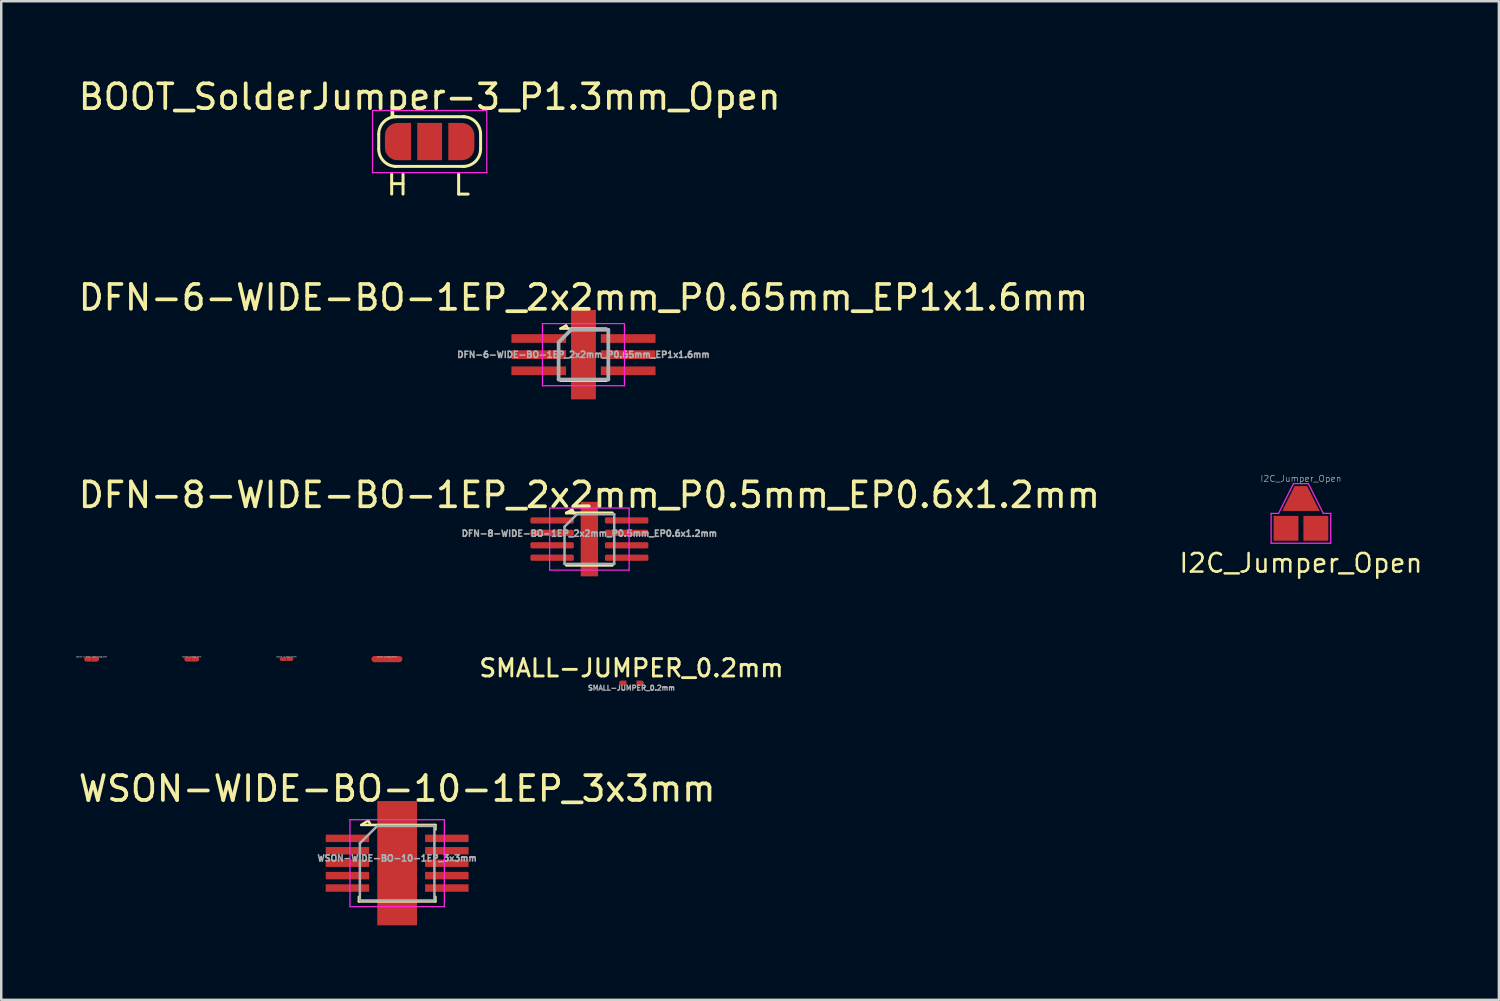
<source format=kicad_pcb>
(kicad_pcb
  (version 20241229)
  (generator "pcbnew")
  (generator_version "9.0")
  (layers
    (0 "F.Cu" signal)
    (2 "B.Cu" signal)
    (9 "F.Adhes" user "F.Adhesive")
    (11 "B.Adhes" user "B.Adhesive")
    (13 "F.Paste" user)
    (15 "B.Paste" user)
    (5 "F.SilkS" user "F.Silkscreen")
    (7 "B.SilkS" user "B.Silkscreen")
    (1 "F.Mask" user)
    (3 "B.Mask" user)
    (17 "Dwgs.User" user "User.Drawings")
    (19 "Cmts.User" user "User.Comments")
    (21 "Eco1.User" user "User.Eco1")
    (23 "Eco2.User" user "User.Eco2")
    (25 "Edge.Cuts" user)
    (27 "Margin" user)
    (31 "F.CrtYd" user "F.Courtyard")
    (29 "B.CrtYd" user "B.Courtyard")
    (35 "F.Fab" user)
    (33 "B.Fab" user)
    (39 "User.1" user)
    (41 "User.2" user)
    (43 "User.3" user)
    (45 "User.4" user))
  (footprint "WSON-WIDE-BO-10-1EP_3x3mm"
    (layer "F.Cu")
    (at 12.935 31.694)
    (property "Reference" "WSON-WIDE-BO-10-1EP_3x3mm" (at 0 -3 0) (layer "F.SilkS") (effects (font (size 1 1) (thickness 0.15))))
    (attr smd)
    (fp_line (start -1.54 1.54) (end -1.54 1.35) (stroke (width 0.1) (type default)) (layer "F.SilkS"))
    (fp_line (start -1.54 1.54) (end 1.54 1.54) (stroke (width 0.1) (type solid)) (layer "F.SilkS"))
    (fp_line (start -1.44 -1.54) (end -1.165 -1.715) (stroke (width 0.1) (type solid)) (layer "F.SilkS"))
    (fp_line (start -1.44 -1.54) (end 1.54 -1.54) (stroke (width 0.1) (type solid)) (layer "F.SilkS"))
    (fp_line (start -1.165 -1.715) (end -1.065 -1.54) (stroke (width 0.1) (type solid)) (layer "F.SilkS"))
    (fp_line (start 1.54 -1.54) (end 1.54 -1.35) (stroke (width 0.1) (type default)) (layer "F.SilkS"))
    (fp_line (start 1.54 1.54) (end 1.54 1.35) (stroke (width 0.1) (type default)) (layer "F.SilkS"))
    (fp_line (start -1.9 -1.75) (end -1.9 1.75) (stroke (width 0.05) (type solid)) (layer "F.CrtYd"))
    (fp_line (start -1.9 -1.75) (end 1.9 -1.75) (stroke (width 0.05) (type solid)) (layer "F.CrtYd"))
    (fp_line (start -1.9 1.75) (end 1.9 1.75) (stroke (width 0.05) (type solid)) (layer "F.CrtYd"))
    (fp_line (start 1.9 -1.75) (end 1.9 1.75) (stroke (width 0.05) (type solid)) (layer "F.CrtYd"))
    (fp_line (start -1.5 1.5) (end -1.5 -0.8) (stroke (width 0.1) (type solid)) (layer "F.Fab"))
    (fp_line (start -0.8 -1.5) (end -1.5 -0.8) (stroke (width 0.1) (type solid)) (layer "F.Fab"))
    (fp_line (start -0.8 -1.5) (end 1.5 -1.5) (stroke (width 0.1) (type solid)) (layer "F.Fab"))
    (fp_line (start 1.5 -1.5) (end 1.5 1.5) (stroke (width 0.1) (type solid)) (layer "F.Fab"))
    (fp_line (start 1.5 1.5) (end -1.5 1.5) (stroke (width 0.1) (type solid)) (layer "F.Fab"))
    (fp_text user "${REFERENCE}" (at 0 -0.2 0) (layer "F.Fab") (effects (font (size 0.25 0.25) (thickness 0.062))))
    (pad "" smd rect (at -0.405 -0.5) (size 0.59 0.8) (layers "F.Paste"))
    (pad "" smd rect (at -0.405 0.5) (size 0.59 0.8) (layers "F.Paste"))
    (pad "" smd rect (at 0.405 -0.5) (size 0.59 0.8) (layers "F.Paste"))
    (pad "" smd rect (at 0.405 0.5) (size 0.59 0.8) (layers "F.Paste"))
    (pad "1" smd rect (at -2 -1) (size 1.75 0.3) (layers "F.Cu" "F.Mask" "F.Paste"))
    (pad "2" smd rect (at -2 -0.5) (size 1.75 0.3) (layers "F.Cu" "F.Mask" "F.Paste"))
    (pad "3" smd rect (at -2 0) (size 1.75 0.3) (layers "F.Cu" "F.Mask" "F.Paste"))
    (pad "4" smd rect (at -2 0.5) (size 1.75 0.3) (layers "F.Cu" "F.Mask" "F.Paste"))
    (pad "5" smd rect (at -2 1) (size 1.75 0.3) (layers "F.Cu" "F.Mask" "F.Paste"))
    (pad "6" smd rect (at 2 1) (size 1.75 0.3) (layers "F.Cu" "F.Mask" "F.Paste"))
    (pad "7" smd rect (at 2 0.5) (size 1.75 0.3) (layers "F.Cu" "F.Mask" "F.Paste"))
    (pad "8" smd rect (at 2 0) (size 1.75 0.3) (layers "F.Cu" "F.Mask" "F.Paste"))
    (pad "9" smd rect (at 2 -0.5) (size 1.75 0.3) (layers "F.Cu" "F.Mask" "F.Paste"))
    (pad "10" smd rect (at 2 -1) (size 1.75 0.3) (layers "F.Cu" "F.Mask" "F.Paste"))
    (pad "11" smd rect (at 0 0) (size 1.6 5) (layers "F.Cu" "F.Mask")))
  (footprint "DFN-6-WIDE-BO-1EP_2x2mm_P0.65mm_EP1x1.6mm"
    (layer "F.Cu")
    (at 20.435 11.225)
    (property "Reference" "DFN-6-WIDE-BO-1EP_2x2mm_P0.65mm_EP1x1.6mm" (at 0 -2.3 0) (layer "F.SilkS") (effects (font (size 1 1) (thickness 0.15))))
    (attr smd)
    (fp_line (start -0.925 -1.05) (end -0.7 -1.175) (stroke (width 0.1) (type solid)) (layer "F.SilkS"))
    (fp_line (start -0.925 -1.05) (end 0.925 -1.05) (stroke (width 0.1) (type solid)) (layer "F.SilkS"))
    (fp_line (start -0.925 1.05) (end 0.925 1.05) (stroke (width 0.1) (type solid)) (layer "F.SilkS"))
    (fp_line (start -0.7 -1.175) (end -0.625 -1.05) (stroke (width 0.1) (type solid)) (layer "F.SilkS"))
    (fp_line (start -1.65 -1.25) (end -1.65 1.25) (stroke (width 0.05) (type solid)) (layer "F.CrtYd"))
    (fp_line (start -1.65 -1.25) (end 1.65 -1.25) (stroke (width 0.05) (type solid)) (layer "F.CrtYd"))
    (fp_line (start -1.65 1.25) (end 1.65 1.25) (stroke (width 0.05) (type solid)) (layer "F.CrtYd"))
    (fp_line (start 1.65 -1.25) (end 1.65 1.25) (stroke (width 0.05) (type solid)) (layer "F.CrtYd"))
    (fp_line (start -1 -0.5) (end -0.5 -1) (stroke (width 0.15) (type solid)) (layer "F.Fab"))
    (fp_line (start -1 1) (end -1 -0.5) (stroke (width 0.15) (type solid)) (layer "F.Fab"))
    (fp_line (start -0.5 -1) (end 1 -1) (stroke (width 0.15) (type solid)) (layer "F.Fab"))
    (fp_line (start 1 -1) (end 1 1) (stroke (width 0.15) (type solid)) (layer "F.Fab"))
    (fp_line (start 1 1) (end -1 1) (stroke (width 0.15) (type solid)) (layer "F.Fab"))
    (fp_text user "${REFERENCE}" (at 0 0 0) (layer "F.Fab") (effects (font (size 0.25 0.25) (thickness 0.062))))
    (pad "" smd rect (at 0 0) (size 0.82 1) (layers "F.Paste"))
    (pad "1" smd rect (at -1.8 -0.65) (size 2.2 0.35) (layers "F.Cu" "F.Mask" "F.Paste"))
    (pad "2" smd rect (at -1.8 0) (size 2.2 0.35) (layers "F.Cu" "F.Mask" "F.Paste"))
    (pad "3" smd rect (at -1.8 0.65) (size 2.2 0.35) (layers "F.Cu" "F.Mask" "F.Paste"))
    (pad "4" smd rect (at 1.8 0.65) (size 2.2 0.35) (layers "F.Cu" "F.Mask" "F.Paste"))
    (pad "5" smd rect (at 1.8 0) (size 2.2 0.35) (layers "F.Cu" "F.Mask" "F.Paste"))
    (pad "6" smd rect (at 1.8 -0.65) (size 2.2 0.35) (layers "F.Cu" "F.Mask" "F.Paste"))
    (pad "7" smd rect (at 0 0) (size 1 3.6) (layers "F.Cu" "F.Mask")))
  (footprint "SMALL-JUMPER_0.2mm"
    (layer "F.Cu")
    (at 22.367 24.441)
    (property "Reference" "SMALL-JUMPER_0.2mm" (at 0 -0.6 0) (unlocked yes) (layer "F.SilkS") (effects (font (size 0.7 0.7) (thickness 0.115) (bold yes))))
    (attr smd exclude_from_pos_files exclude_from_bom allow_missing_courtyard)
    (fp_rect (start -0.4 -0.1) (end 0.4 0.1) (stroke (width 0) (type solid)) (fill yes) (layer "F.Mask"))
    (fp_text user "${REFERENCE}" (at 0 0.2 0) (unlocked yes) (layer "F.Fab") (effects (font (size 0.2 0.2) (thickness 0.05))))
    (pad "1" smd custom (at -0.4 0) (size 0.2 0.2) (layers "F.Cu") (options (anchor circle)) (primitives (gr_poly (pts (xy 0 -0.1) (xy 0.2 -0.1) (xy 0.2 0.1) (xy 0 0.1)) (width 0) (fill yes))))
    (pad "2" smd custom (at 0.4 0 180) (size 0.2 0.2) (layers "F.Cu") (options (anchor circle)) (primitives (gr_poly (pts (xy 0 -0.1) (xy 0.2 -0.1) (xy 0.2 0.1) (xy 0 0.1)) (width 0) (fill yes)))))
  (footprint "NetTie-2-SMALL_SMD_Pad0.2mm"
    (layer "F.Cu")
    (at 0.636 23.479)
    (property "Reference" "NetTie-2-SMALL_SMD_Pad0.2mm" (at 0 -0.09 0) (layer "F.Fab") (effects (font (size 0.05 0.05) (thickness 0.01))))
    (attr exclude_from_pos_files exclude_from_bom allow_missing_courtyard)
    (pad "1" smd custom (at -0.2 0) (size 0.2 0.2) (layers "F.Cu") (options (anchor circle)) (primitives (gr_poly (pts (xy 0 -0.1) (xy 0.2 -0.1) (xy 0.2 0.1) (xy 0 0.1)) (width 0) (fill yes))))
    (pad "2" smd custom (at 0.2 0 180) (size 0.2 0.2) (layers "F.Cu") (options (anchor circle)) (primitives (gr_poly (pts (xy 0 -0.1) (xy 0.2 -0.1) (xy 0.2 0.1) (xy 0 0.1)) (width 0) (fill yes)))))
  (footprint "NetTie-2_Pad0.25mm"
    (layer "F.Cu")
    (at 12.523 23.479)
    (property "Reference" "NetTie-2_Pad0.25mm" (at 0 -0.09 0) (layer "F.Fab") (effects (font (size 0.05 0.05) (thickness 0.01))))
    (attr exclude_from_pos_files exclude_from_bom allow_missing_courtyard)
    (fp_poly (pts (xy -0.5 -0.125) (xy 0.5 -0.125) (xy 0.5 0.125) (xy -0.5 0.125)) (stroke (width 0) (type solid)) (fill yes) (layer "F.Cu"))
    (pad "1" smd circle (at -0.5 0) (size 0.25 0.25) (layers "F.Cu"))
    (pad "2" smd circle (at 0.5 0) (size 0.25 0.25) (layers "F.Cu")))
  (footprint "NetTie-2_Pad0.2mm"
    (layer "F.Cu")
    (at 4.667 23.479)
    (property "Reference" "NetTie-2_Pad0.2mm" (at 0 -0.09 0) (layer "F.Fab") (effects (font (size 0.05 0.05) (thickness 0.01))))
    (attr exclude_from_pos_files exclude_from_bom allow_missing_courtyard)
    (pad "1" smd custom (at -0.2 0) (size 0.2 0.2) (layers "F.Cu") (options (anchor circle)) (primitives (gr_poly (pts (xy 0 -0.1) (xy 0.2 -0.1) (xy 0.2 0.1) (xy 0 0.1)) (width 0) (fill yes))))
    (pad "2" smd custom (at 0.2 0 180) (size 0.2 0.2) (layers "F.Cu") (options (anchor circle)) (primitives (gr_poly (pts (xy 0 -0.1) (xy 0.2 -0.1) (xy 0.2 0.1) (xy 0 0.1)) (width 0) (fill yes)))))
  (footprint "BOOT_SolderJumper-3_P1.3mm_Open"
    (layer "F.Cu")
    (at 14.244 2.648)
    (property "Reference" "BOOT_SolderJumper-3_P1.3mm_Open" (at 0 -1.8 0) (layer "F.SilkS") (effects (font (size 1 1) (thickness 0.15))))
    (attr exclude_from_pos_files exclude_from_bom)
    (fp_line (start -2.05 0.3) (end -2.05 -0.3) (stroke (width 0.12) (type solid)) (layer "F.SilkS"))
    (fp_line (start -1.4 -1) (end 1.4 -1) (stroke (width 0.12) (type solid)) (layer "F.SilkS"))
    (fp_line (start 1.4 1) (end -1.4 1) (stroke (width 0.12) (type solid)) (layer "F.SilkS"))
    (fp_line (start 2.05 -0.3) (end 2.05 0.3) (stroke (width 0.12) (type solid)) (layer "F.SilkS"))
    (fp_arc (start -2.05 -0.3) (mid -1.844975 -0.794975) (end -1.35 -1) (stroke (width 0.12) (type solid)) (layer "F.SilkS"))
    (fp_arc (start -1.35 1) (mid -1.844975 0.794975) (end -2.05 0.3) (stroke (width 0.12) (type solid)) (layer "F.SilkS"))
    (fp_arc (start 1.35 -1) (mid 1.844975 -0.794975) (end 2.05 -0.3) (stroke (width 0.12) (type solid)) (layer "F.SilkS"))
    (fp_arc (start 2.05 0.3) (mid 1.844975 0.794975) (end 1.35 1) (stroke (width 0.12) (type solid)) (layer "F.SilkS"))
    (fp_line (start -2.3 -1.25) (end -2.3 1.25) (stroke (width 0.05) (type solid)) (layer "F.CrtYd"))
    (fp_line (start -2.3 -1.25) (end 2.3 -1.25) (stroke (width 0.05) (type solid)) (layer "F.CrtYd"))
    (fp_line (start 2.3 1.25) (end -2.3 1.25) (stroke (width 0.05) (type solid)) (layer "F.CrtYd"))
    (fp_line (start 2.3 1.25) (end 2.3 -1.25) (stroke (width 0.05) (type solid)) (layer "F.CrtYd"))
    (fp_text user "L" (at 1.3 1.75 0) (unlocked yes) (layer "F.SilkS") (effects (font (size 0.8 0.8) (thickness 0.12))))
    (fp_text user "H" (at -1.3 1.75 0) (unlocked yes) (layer "F.SilkS") (effects (font (size 0.8 0.8) (thickness 0.12))))
    (pad "1" smd custom (at -1.3 0) (size 1 0.5) (layers "F.Cu" "F.Mask") (options (anchor rect)) (primitives (gr_circle (center 0 0.25) (end 0.5 0.25) (width 0) (fill yes)) (gr_circle (center 0 -0.25) (end 0.5 -0.25) (width 0) (fill yes)) (gr_poly (pts (xy 0.55 0.75) (xy 0 0.75) (xy 0 -0.75) (xy 0.55 -0.75)) (width 0) (fill yes))))
    (pad "2" smd rect (at 0 0) (size 1 1.5) (layers "F.Cu" "F.Mask"))
    (pad "3" smd custom (at 1.3 0) (size 1 0.5) (layers "F.Cu" "F.Mask") (options (anchor rect)) (primitives (gr_circle (center 0 0.25) (end 0.5 0.25) (width 0) (fill yes)) (gr_circle (center 0 -0.25) (end 0.5 -0.25) (width 0) (fill yes)) (gr_poly (pts (xy 0 0.75) (xy -0.55 0.75) (xy -0.55 -0.75) (xy 0 -0.75)) (width 0) (fill yes)))))
  (footprint "NetTie-2_Pad0.15mm"
    (layer "F.Cu")
    (at 8.48 23.479)
    (property "Reference" "NetTie-2_Pad0.15mm" (at 0 -0.09 0) (layer "F.Fab") (effects (font (size 0.05 0.05) (thickness 0.01))))
    (attr exclude_from_pos_files exclude_from_bom allow_missing_courtyard)
    (pad "1" smd custom (at -0.2 0) (size 0.15 0.15) (layers "F.Cu") (options (anchor circle)) (primitives (gr_poly (pts (xy 0 -0.075) (xy 0.2 -0.075) (xy 0.2 0.075) (xy 0 0.075)) (width 0) (fill yes))))
    (pad "2" smd custom (at 0.2 0 180) (size 0.15 0.15) (layers "F.Cu") (options (anchor circle)) (primitives (gr_poly (pts (xy 0 -0.075) (xy 0.2 -0.075) (xy 0.2 0.075) (xy 0 0.075)) (width 0) (fill yes)))))
  (footprint "DFN-8-WIDE-BO-1EP_2x2mm_P0.5mm_EP0.6x1.2mm"
    (layer "F.Cu")
    (at 20.673 18.648)
    (property "Reference" "DFN-8-WIDE-BO-1EP_2x2mm_P0.5mm_EP0.6x1.2mm" (at 0 -1.775 0) (layer "F.SilkS") (effects (font (size 1 1) (thickness 0.15))))
    (attr smd)
    (fp_line (start -0.925 -1.05) (end -0.7 -1.175) (stroke (width 0.12) (type solid)) (layer "F.SilkS"))
    (fp_line (start -0.925 -1.05) (end 0.925 -1.05) (stroke (width 0.12) (type solid)) (layer "F.SilkS"))
    (fp_line (start -0.925 1.05) (end 0.925 1.05) (stroke (width 0.12) (type solid)) (layer "F.SilkS"))
    (fp_line (start -0.7 -1.175) (end -0.625 -1.05) (stroke (width 0.12) (type solid)) (layer "F.SilkS"))
    (fp_line (start -1.6 -1.25) (end -1.6 1.25) (stroke (width 0.05) (type solid)) (layer "F.CrtYd"))
    (fp_line (start -1.6 1.25) (end 1.6 1.25) (stroke (width 0.05) (type solid)) (layer "F.CrtYd"))
    (fp_line (start 1.6 -1.25) (end -1.6 -1.25) (stroke (width 0.05) (type solid)) (layer "F.CrtYd"))
    (fp_line (start 1.6 1.25) (end 1.6 -1.25) (stroke (width 0.05) (type solid)) (layer "F.CrtYd"))
    (fp_line (start -1 -0.5) (end -0.5 -1) (stroke (width 0.1) (type solid)) (layer "F.Fab"))
    (fp_line (start -1 1) (end -1 -0.5) (stroke (width 0.1) (type solid)) (layer "F.Fab"))
    (fp_line (start -0.5 -1) (end 1 -1) (stroke (width 0.1) (type solid)) (layer "F.Fab"))
    (fp_line (start 1 -1) (end 1 1) (stroke (width 0.1) (type solid)) (layer "F.Fab"))
    (fp_line (start 1 1) (end -1 1) (stroke (width 0.1) (type solid)) (layer "F.Fab"))
    (fp_text user "${REFERENCE}" (at 0 -0.225 0) (layer "F.Fab") (effects (font (size 0.25 0.25) (thickness 0.062))))
    (pad "" smd roundrect (at 0 -0.3) (size 0.48 0.48) (layers "F.Paste") (roundrect_rratio 0.25))
    (pad "" smd roundrect (at 0 0.3) (size 0.48 0.48) (layers "F.Paste") (roundrect_rratio 0.25))
    (pad "1" smd roundrect (at -1.5 -0.75) (size 1.75 0.25) (layers "F.Cu" "F.Mask" "F.Paste") (roundrect_rratio 0.25))
    (pad "2" smd roundrect (at -1.5 -0.25) (size 1.75 0.25) (layers "F.Cu" "F.Mask" "F.Paste") (roundrect_rratio 0.25))
    (pad "3" smd roundrect (at -1.5 0.25) (size 1.75 0.25) (layers "F.Cu" "F.Mask" "F.Paste") (roundrect_rratio 0.25))
    (pad "4" smd roundrect (at -1.5 0.75) (size 1.75 0.25) (layers "F.Cu" "F.Mask" "F.Paste") (roundrect_rratio 0.25))
    (pad "5" smd roundrect (at 1.5 0.75) (size 1.75 0.25) (layers "F.Cu" "F.Mask" "F.Paste") (roundrect_rratio 0.25))
    (pad "6" smd roundrect (at 1.5 0.25) (size 1.75 0.25) (layers "F.Cu" "F.Mask" "F.Paste") (roundrect_rratio 0.25))
    (pad "7" smd roundrect (at 1.5 -0.25) (size 1.75 0.25) (layers "F.Cu" "F.Mask" "F.Paste") (roundrect_rratio 0.25))
    (pad "8" smd roundrect (at 1.5 -0.75) (size 1.75 0.25) (layers "F.Cu" "F.Mask" "F.Paste") (roundrect_rratio 0.25))
    (pad "9" smd rect (at 0 0) (size 0.7 3) (layers "F.Cu" "F.Mask")))
  (footprint "I2C_Jumper_Open"
    (layer "F.Cu")
    (at 49.313 17.715)
    (property "Reference" "I2C_Jumper_Open" (at 0 1.9 0) (unlocked yes) (layer "F.SilkS") (effects (font (size 0.75 0.75) (thickness 0.1))))
    (attr smd)
    (fp_poly (pts (xy -0.75 0.9) (xy -0.75 -0.2) (xy 0.75 -0.2) (xy 0.75 0.9)) (stroke (width 0) (type solid)) (fill yes) (layer "F.Mask"))
    (fp_line (start -1.2 -0.1) (end -0.9 -0.1) (stroke (width 0.05) (type solid)) (layer "F.CrtYd"))
    (fp_line (start -1.2 1.1) (end -1.2 -0.1) (stroke (width 0.05) (type solid)) (layer "F.CrtYd"))
    (fp_line (start -0.9 -0.1) (end -0.3 -1.3) (stroke (width 0.05) (type solid)) (layer "F.CrtYd"))
    (fp_line (start -0.3 -1.3) (end 0 -1.3) (stroke (width 0.05) (type solid)) (layer "F.CrtYd"))
    (fp_line (start 0 -1.3) (end 0.3 -1.3) (stroke (width 0.05) (type solid)) (layer "F.CrtYd"))
    (fp_line (start 0.3 -1.3) (end 0.9 -0.1) (stroke (width 0.05) (type solid)) (layer "F.CrtYd"))
    (fp_line (start 0.9 -0.1) (end 1.2 -0.1) (stroke (width 0.05) (type solid)) (layer "F.CrtYd"))
    (fp_line (start 1.2 -0.1) (end 1.2 1.1) (stroke (width 0.05) (type solid)) (layer "F.CrtYd"))
    (fp_line (start 1.2 1.1) (end -1.2 1.1) (stroke (width 0.05) (type solid)) (layer "F.CrtYd"))
    (fp_text user "${REFERENCE}" (at 0 -1.5 0) (unlocked yes) (layer "F.Fab") (effects (font (size 0.25 0.25) (thickness 0.025))))
    (pad "1" smd trapezoid (at 0 -0.7) (size 1 1) (rect_delta 0 0.5) (layers "F.Cu" "F.Mask" "F.Paste"))
    (pad "2" smd rect (at -0.6 0.5) (size 1 1) (layers "F.Cu" "F.Mask" "F.Paste"))
    (pad "3" smd rect (at 0.6 0.5 180) (size 1 1) (layers "F.Cu" "F.Mask" "F.Paste")))
  (gr_rect
    (start -3 -3)
    (end 57.281 37.194)
    (stroke (width 0.1) (type default))
    (fill no)
    (layer "Edge.Cuts")))
</source>
